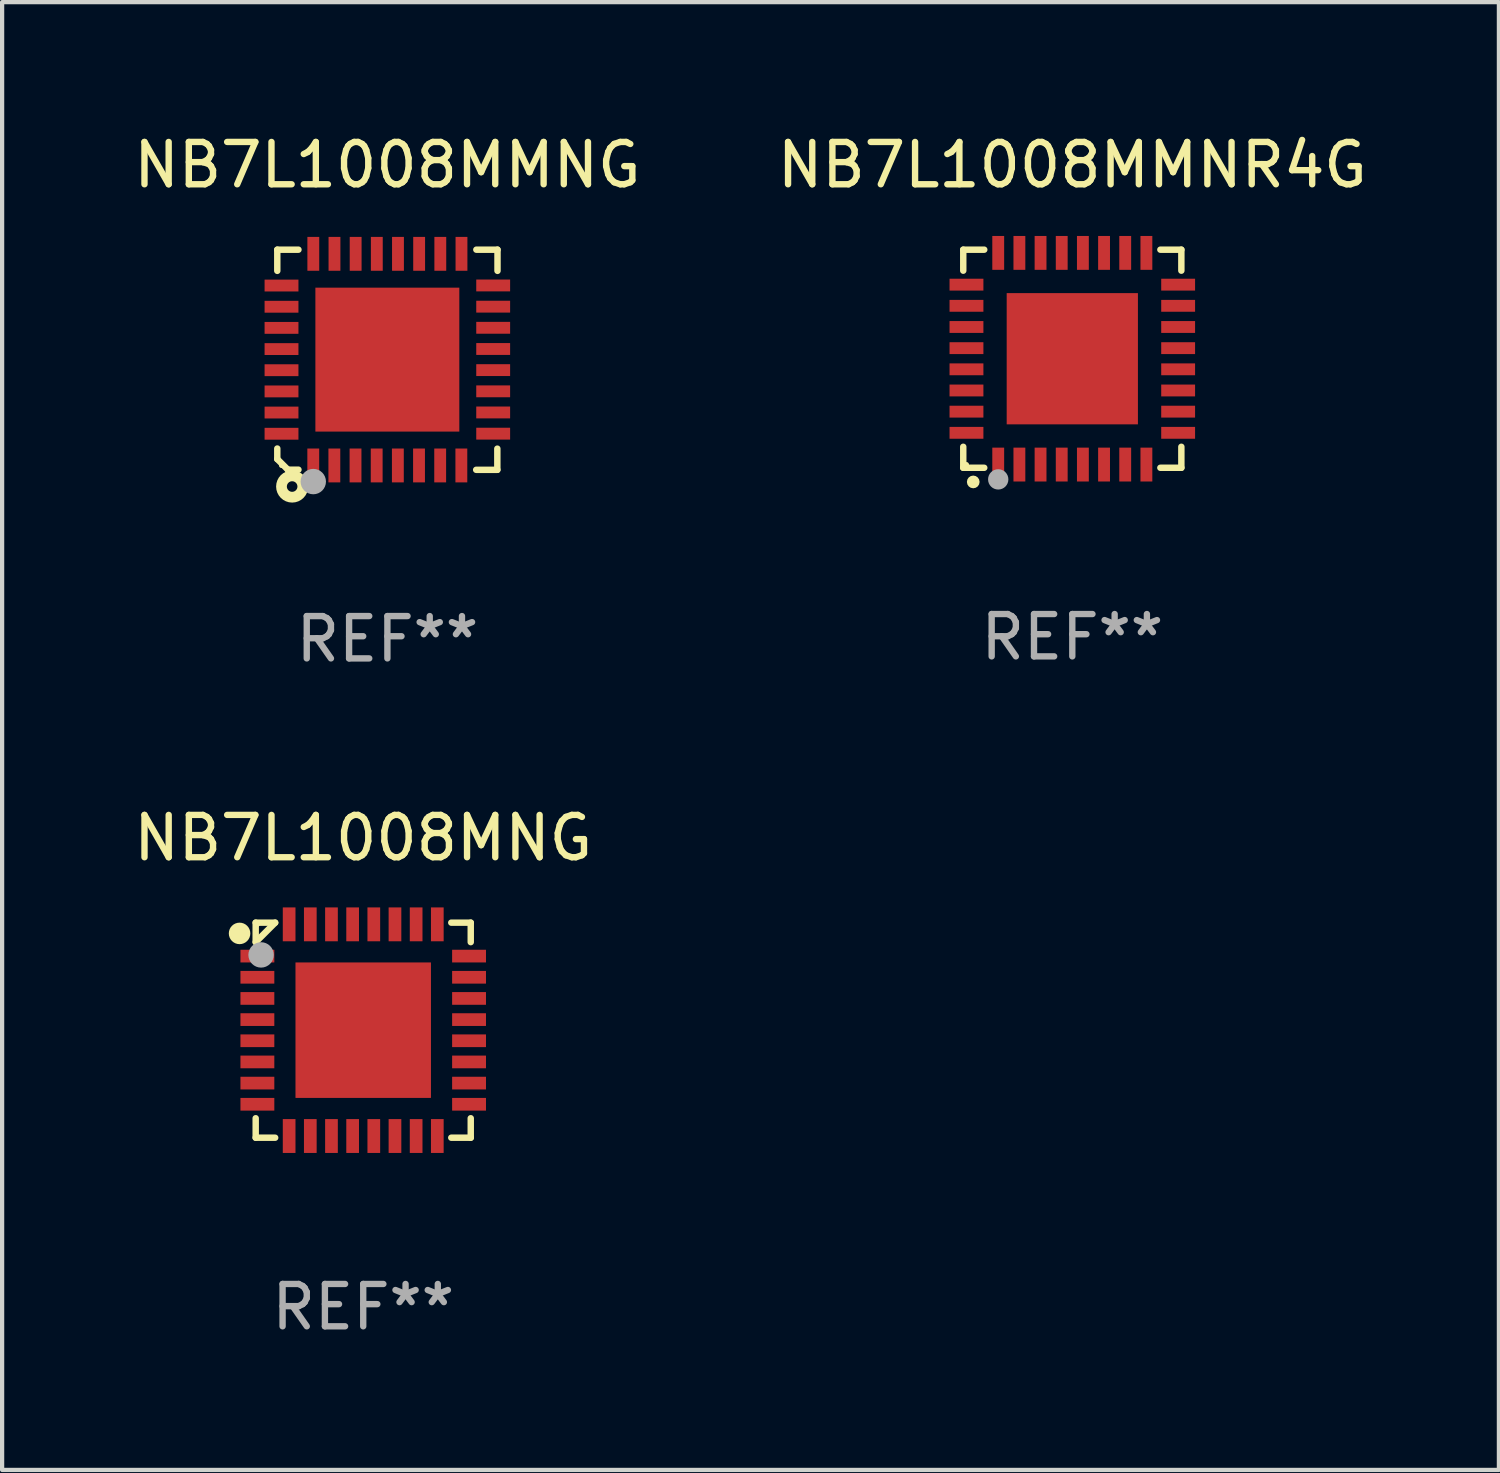
<source format=kicad_pcb>
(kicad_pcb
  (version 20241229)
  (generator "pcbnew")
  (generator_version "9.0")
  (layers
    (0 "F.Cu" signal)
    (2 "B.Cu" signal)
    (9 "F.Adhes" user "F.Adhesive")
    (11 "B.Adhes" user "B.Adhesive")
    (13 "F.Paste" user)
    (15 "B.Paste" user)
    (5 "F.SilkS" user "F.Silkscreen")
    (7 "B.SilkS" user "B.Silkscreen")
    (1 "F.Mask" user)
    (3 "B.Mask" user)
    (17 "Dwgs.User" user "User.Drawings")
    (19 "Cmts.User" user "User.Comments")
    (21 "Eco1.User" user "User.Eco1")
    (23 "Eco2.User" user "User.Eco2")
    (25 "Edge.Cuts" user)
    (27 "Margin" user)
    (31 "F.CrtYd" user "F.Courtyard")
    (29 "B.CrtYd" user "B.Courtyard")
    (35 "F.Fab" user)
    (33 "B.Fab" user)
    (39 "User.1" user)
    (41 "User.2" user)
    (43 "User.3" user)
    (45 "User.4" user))
  (footprint "NB7L1008MNG"
    (layer "F.Cu")
    (at 5.53 21.285)
    (property "Reference" "NB7L1008MNG" (at 0 -4.54 0) (layer "F.SilkS") (effects (font (size 1 1) (thickness 0.15))))
    (attr through_hole)
    (fp_line (start -2.54 -2.54) (end -2.08 -2.54) (stroke (width 0.152) (type solid)) (layer "F.SilkS"))
    (fp_line (start -2.54 -2.08) (end -2.54 -2.54) (stroke (width 0.152) (type solid)) (layer "F.SilkS"))
    (fp_line (start -2.54 -2.08) (end -2.08 -2.54) (stroke (width 0.152) (type solid)) (layer "F.SilkS"))
    (fp_line (start -2.54 2.54) (end -2.54 2.08) (stroke (width 0.152) (type solid)) (layer "F.SilkS"))
    (fp_line (start -2.08 2.54) (end -2.54 2.54) (stroke (width 0.152) (type solid)) (layer "F.SilkS"))
    (fp_line (start 2.08 -2.54) (end 2.54 -2.54) (stroke (width 0.152) (type solid)) (layer "F.SilkS"))
    (fp_line (start 2.54 -2.54) (end 2.54 -2.08) (stroke (width 0.152) (type solid)) (layer "F.SilkS"))
    (fp_line (start 2.54 2.08) (end 2.54 2.54) (stroke (width 0.152) (type solid)) (layer "F.SilkS"))
    (fp_line (start 2.54 2.54) (end 2.08 2.54) (stroke (width 0.152) (type solid)) (layer "F.SilkS"))
    (fp_circle (center -2.921 -2.286) (end -2.794 -2.286) (stroke (width 0.254) (type solid)) (fill no) (layer "F.SilkS"))
    (fp_circle (center -2.5 -2.5) (end -2.47 -2.5) (stroke (width 0.06) (type solid)) (fill no) (layer "F.SilkS"))
    (fp_circle (center -2.413 -1.778) (end -2.263 -1.778) (stroke (width 0.3) (type solid)) (fill no) (layer "F.Fab"))
    (fp_text user "REF**" (at 0 6.54 0) (layer "F.Fab") (effects (font (size 1 1) (thickness 0.15))))
    (pad "1" smd rect (at -2.5 -1.75 90) (size 0.3 0.8) (layers "F.Cu" "F.Mask" "F.Paste"))
    (pad "2" smd rect (at -2.5 -1.25 90) (size 0.3 0.8) (layers "F.Cu" "F.Mask" "F.Paste"))
    (pad "3" smd rect (at -2.5 -0.75 90) (size 0.3 0.8) (layers "F.Cu" "F.Mask" "F.Paste"))
    (pad "4" smd rect (at -2.5 -0.25 90) (size 0.3 0.8) (layers "F.Cu" "F.Mask" "F.Paste"))
    (pad "5" smd rect (at -2.5 0.25 90) (size 0.3 0.8) (layers "F.Cu" "F.Mask" "F.Paste"))
    (pad "6" smd rect (at -2.5 0.75 90) (size 0.3 0.8) (layers "F.Cu" "F.Mask" "F.Paste"))
    (pad "7" smd rect (at -2.5 1.25 90) (size 0.3 0.8) (layers "F.Cu" "F.Mask" "F.Paste"))
    (pad "8" smd rect (at -2.5 1.75 90) (size 0.3 0.8) (layers "F.Cu" "F.Mask" "F.Paste"))
    (pad "9" smd rect (at -1.75 2.5 180) (size 0.3 0.8) (layers "F.Cu" "F.Mask" "F.Paste"))
    (pad "10" smd rect (at -1.25 2.5 180) (size 0.3 0.8) (layers "F.Cu" "F.Mask" "F.Paste"))
    (pad "11" smd rect (at -0.75 2.5 180) (size 0.3 0.8) (layers "F.Cu" "F.Mask" "F.Paste"))
    (pad "12" smd rect (at -0.25 2.5 180) (size 0.3 0.8) (layers "F.Cu" "F.Mask" "F.Paste"))
    (pad "13" smd rect (at 0.25 2.5 180) (size 0.3 0.8) (layers "F.Cu" "F.Mask" "F.Paste"))
    (pad "14" smd rect (at 0.75 2.5 180) (size 0.3 0.8) (layers "F.Cu" "F.Mask" "F.Paste"))
    (pad "15" smd rect (at 1.25 2.5 180) (size 0.3 0.8) (layers "F.Cu" "F.Mask" "F.Paste"))
    (pad "16" smd rect (at 1.75 2.5 180) (size 0.3 0.8) (layers "F.Cu" "F.Mask" "F.Paste"))
    (pad "17" smd rect (at 2.5 1.75 270) (size 0.3 0.8) (layers "F.Cu" "F.Mask" "F.Paste"))
    (pad "18" smd rect (at 2.5 1.25 270) (size 0.3 0.8) (layers "F.Cu" "F.Mask" "F.Paste"))
    (pad "19" smd rect (at 2.5 0.75 270) (size 0.3 0.8) (layers "F.Cu" "F.Mask" "F.Paste"))
    (pad "20" smd rect (at 2.5 0.25 270) (size 0.3 0.8) (layers "F.Cu" "F.Mask" "F.Paste"))
    (pad "21" smd rect (at 2.5 -0.25 270) (size 0.3 0.8) (layers "F.Cu" "F.Mask" "F.Paste"))
    (pad "22" smd rect (at 2.5 -0.75 270) (size 0.3 0.8) (layers "F.Cu" "F.Mask" "F.Paste"))
    (pad "23" smd rect (at 2.5 -1.25 270) (size 0.3 0.8) (layers "F.Cu" "F.Mask" "F.Paste"))
    (pad "24" smd rect (at 2.5 -1.75 270) (size 0.3 0.8) (layers "F.Cu" "F.Mask" "F.Paste"))
    (pad "25" smd rect (at 1.75 -2.5) (size 0.3 0.8) (layers "F.Cu" "F.Mask" "F.Paste"))
    (pad "26" smd rect (at 1.25 -2.5) (size 0.3 0.8) (layers "F.Cu" "F.Mask" "F.Paste"))
    (pad "27" smd rect (at 0.75 -2.5) (size 0.3 0.8) (layers "F.Cu" "F.Mask" "F.Paste"))
    (pad "28" smd rect (at 0.25 -2.5) (size 0.3 0.8) (layers "F.Cu" "F.Mask" "F.Paste"))
    (pad "29" smd rect (at -0.25 -2.5) (size 0.3 0.8) (layers "F.Cu" "F.Mask" "F.Paste"))
    (pad "30" smd rect (at -0.75 -2.5) (size 0.3 0.8) (layers "F.Cu" "F.Mask" "F.Paste"))
    (pad "31" smd rect (at -1.25 -2.5) (size 0.3 0.8) (layers "F.Cu" "F.Mask" "F.Paste"))
    (pad "32" smd rect (at -1.75 -2.5) (size 0.3 0.8) (layers "F.Cu" "F.Mask" "F.Paste"))
    (pad "33" smd rect (at 0 0 90) (size 3.2 3.2) (layers "F.Cu" "F.Mask" "F.Paste")))
  (footprint "NB7L1008MMNG"
    (layer "F.Cu")
    (at 6.101 5.448)
    (property "Reference" "NB7L1008MMNG" (at 0 -4.6 0) (layer "F.SilkS") (effects (font (size 1 1) (thickness 0.15))))
    (attr through_hole)
    (fp_line (start -2.601 2.097) (end -2.601 2.347) (stroke (width 0.152) (type solid)) (layer "F.SilkS"))
    (fp_line (start -2.601 2.347) (end -2.351 2.597) (stroke (width 0.152) (type solid)) (layer "F.SilkS"))
    (fp_line (start -2.601 -2.6) (end -2.601 -2.1) (stroke (width 0.152) (type solid)) (layer "F.SilkS"))
    (fp_line (start -2.601 -2.6) (end -2.101 -2.6) (stroke (width 0.152) (type solid)) (layer "F.SilkS"))
    (fp_line (start -2.351 2.597) (end -2.101 2.597) (stroke (width 0.152) (type solid)) (layer "F.SilkS"))
    (fp_line (start 2.597 2.6) (end 2.097 2.6) (stroke (width 0.152) (type solid)) (layer "F.SilkS"))
    (fp_line (start 2.597 2.6) (end 2.597 2.1) (stroke (width 0.152) (type solid)) (layer "F.SilkS"))
    (fp_line (start 2.601 -2.6) (end 2.101 -2.6) (stroke (width 0.152) (type solid)) (layer "F.SilkS"))
    (fp_line (start 2.601 -2.6) (end 2.601 -2.1) (stroke (width 0.152) (type solid)) (layer "F.SilkS"))
    (fp_circle (center -2.501 2.497) (end -2.471 2.497) (stroke (width 0.06) (type solid)) (fill no) (layer "F.SilkS"))
    (fp_circle (center -2.25 2.995) (end -2.125 2.995) (stroke (width 0.254) (type solid)) (fill no) (layer "F.SilkS"))
    (fp_circle (center -1.751 2.878) (end -1.601 2.878) (stroke (width 0.3) (type solid)) (fill no) (layer "F.Fab"))
    (fp_text user "REF**" (at 0 6.6 0) (layer "F.Fab") (effects (font (size 1 1) (thickness 0.15))))
    (pad "1" smd rect (at -1.751 2.497) (size 0.28 0.8) (layers "F.Cu" "F.Mask" "F.Paste"))
    (pad "2" smd rect (at -1.253 2.497) (size 0.28 0.8) (layers "F.Cu" "F.Mask" "F.Paste"))
    (pad "3" smd rect (at -0.753 2.497) (size 0.28 0.8) (layers "F.Cu" "F.Mask" "F.Paste"))
    (pad "4" smd rect (at -0.253 2.497) (size 0.28 0.8) (layers "F.Cu" "F.Mask" "F.Paste"))
    (pad "5" smd rect (at 0.247 2.497) (size 0.28 0.8) (layers "F.Cu" "F.Mask" "F.Paste"))
    (pad "6" smd rect (at 0.747 2.497) (size 0.28 0.8) (layers "F.Cu" "F.Mask" "F.Paste"))
    (pad "7" smd rect (at 1.247 2.497) (size 0.28 0.8) (layers "F.Cu" "F.Mask" "F.Paste"))
    (pad "8" smd rect (at 1.747 2.497) (size 0.28 0.8) (layers "F.Cu" "F.Mask" "F.Paste"))
    (pad "9" smd rect (at 2.499 1.746) (size 0.8 0.28) (layers "F.Cu" "F.Mask" "F.Paste"))
    (pad "10" smd rect (at 2.499 1.245) (size 0.8 0.28) (layers "F.Cu" "F.Mask" "F.Paste"))
    (pad "11" smd rect (at 2.499 0.746) (size 0.8 0.28) (layers "F.Cu" "F.Mask" "F.Paste"))
    (pad "12" smd rect (at 2.499 0.245) (size 0.8 0.28) (layers "F.Cu" "F.Mask" "F.Paste"))
    (pad "13" smd rect (at 2.499 -0.254) (size 0.8 0.28) (layers "F.Cu" "F.Mask" "F.Paste"))
    (pad "14" smd rect (at 2.499 -0.755) (size 0.8 0.28) (layers "F.Cu" "F.Mask" "F.Paste"))
    (pad "15" smd rect (at 2.499 -1.254) (size 0.8 0.28) (layers "F.Cu" "F.Mask" "F.Paste"))
    (pad "16" smd rect (at 2.499 -1.755) (size 0.8 0.28) (layers "F.Cu" "F.Mask" "F.Paste"))
    (pad "17" smd rect (at 1.75 -2.502) (size 0.28 0.8) (layers "F.Cu" "F.Mask" "F.Paste"))
    (pad "18" smd rect (at 1.25 -2.502) (size 0.28 0.8) (layers "F.Cu" "F.Mask" "F.Paste"))
    (pad "19" smd rect (at 0.75 -2.502) (size 0.28 0.8) (layers "F.Cu" "F.Mask" "F.Paste"))
    (pad "20" smd rect (at 0.25 -2.502) (size 0.28 0.8) (layers "F.Cu" "F.Mask" "F.Paste"))
    (pad "21" smd rect (at -0.25 -2.502) (size 0.28 0.8) (layers "F.Cu" "F.Mask" "F.Paste"))
    (pad "22" smd rect (at -0.75 -2.502) (size 0.28 0.8) (layers "F.Cu" "F.Mask" "F.Paste"))
    (pad "23" smd rect (at -1.25 -2.502) (size 0.28 0.8) (layers "F.Cu" "F.Mask" "F.Paste"))
    (pad "24" smd rect (at -1.75 -2.502) (size 0.28 0.8) (layers "F.Cu" "F.Mask" "F.Paste"))
    (pad "25" smd rect (at -2.501 -1.753) (size 0.8 0.28) (layers "F.Cu" "F.Mask" "F.Paste"))
    (pad "26" smd rect (at -2.501 -1.252) (size 0.8 0.28) (layers "F.Cu" "F.Mask" "F.Paste"))
    (pad "27" smd rect (at -2.501 -0.753) (size 0.8 0.28) (layers "F.Cu" "F.Mask" "F.Paste"))
    (pad "28" smd rect (at -2.501 -0.252) (size 0.8 0.28) (layers "F.Cu" "F.Mask" "F.Paste"))
    (pad "29" smd rect (at -2.501 0.247) (size 0.8 0.28) (layers "F.Cu" "F.Mask" "F.Paste"))
    (pad "30" smd rect (at -2.501 0.748) (size 0.8 0.28) (layers "F.Cu" "F.Mask" "F.Paste"))
    (pad "31" smd rect (at -2.501 1.247) (size 0.8 0.28) (layers "F.Cu" "F.Mask" "F.Paste"))
    (pad "32" smd rect (at -2.501 1.748) (size 0.8 0.28) (layers "F.Cu" "F.Mask" "F.Paste"))
    (pad "33" smd rect (at -0.001 -0.003 180) (size 3.4 3.4) (layers "F.Cu" "F.Mask" "F.Paste")))
  (footprint "NB7L1008MMNR4G"
    (layer "F.Cu")
    (at 22.28 5.424)
    (property "Reference" "NB7L1008MMNR4G" (at 0 -4.576 0) (layer "F.SilkS") (effects (font (size 1 1) (thickness 0.15))))
    (attr through_hole)
    (fp_line (start -2.576 -2.576) (end -2.08 -2.576) (stroke (width 0.152) (type solid)) (layer "F.SilkS"))
    (fp_line (start -2.576 -2.08) (end -2.576 -2.576) (stroke (width 0.152) (type solid)) (layer "F.SilkS"))
    (fp_line (start -2.576 2.08) (end -2.576 2.576) (stroke (width 0.152) (type solid)) (layer "F.SilkS"))
    (fp_line (start -2.576 2.576) (end -2.08 2.576) (stroke (width 0.152) (type solid)) (layer "F.SilkS"))
    (fp_line (start 2.576 -2.576) (end 2.08 -2.576) (stroke (width 0.152) (type solid)) (layer "F.SilkS"))
    (fp_line (start 2.576 -2.08) (end 2.576 -2.576) (stroke (width 0.152) (type solid)) (layer "F.SilkS"))
    (fp_line (start 2.576 2.08) (end 2.576 2.576) (stroke (width 0.152) (type solid)) (layer "F.SilkS"))
    (fp_line (start 2.576 2.576) (end 2.08 2.576) (stroke (width 0.152) (type solid)) (layer "F.SilkS"))
    (fp_circle (center -2.5 2.5) (end -2.47 2.5) (stroke (width 0.06) (type solid)) (fill no) (layer "F.SilkS"))
    (fp_circle (center -2.34 2.91) (end -2.265 2.91) (stroke (width 0.15) (type solid)) (fill no) (layer "F.SilkS"))
    (fp_circle (center -1.75 2.85) (end -1.63 2.85) (stroke (width 0.24) (type solid)) (fill no) (layer "F.Fab"))
    (fp_text user "REF**" (at 0 6.576 0) (layer "F.Fab") (effects (font (size 1 1) (thickness 0.15))))
    (pad "1" smd rect (at -1.75 2.5) (size 0.28 0.8) (layers "F.Cu" "F.Mask" "F.Paste"))
    (pad "2" smd rect (at -1.25 2.5) (size 0.28 0.8) (layers "F.Cu" "F.Mask" "F.Paste"))
    (pad "3" smd rect (at -0.75 2.5) (size 0.28 0.8) (layers "F.Cu" "F.Mask" "F.Paste"))
    (pad "4" smd rect (at -0.25 2.5) (size 0.28 0.8) (layers "F.Cu" "F.Mask" "F.Paste"))
    (pad "5" smd rect (at 0.25 2.5) (size 0.28 0.8) (layers "F.Cu" "F.Mask" "F.Paste"))
    (pad "6" smd rect (at 0.75 2.5) (size 0.28 0.8) (layers "F.Cu" "F.Mask" "F.Paste"))
    (pad "7" smd rect (at 1.25 2.5) (size 0.28 0.8) (layers "F.Cu" "F.Mask" "F.Paste"))
    (pad "8" smd rect (at 1.75 2.5) (size 0.28 0.8) (layers "F.Cu" "F.Mask" "F.Paste"))
    (pad "9" smd rect (at 2.5 1.75) (size 0.8 0.28) (layers "F.Cu" "F.Mask" "F.Paste"))
    (pad "10" smd rect (at 2.5 1.25) (size 0.8 0.28) (layers "F.Cu" "F.Mask" "F.Paste"))
    (pad "11" smd rect (at 2.5 0.75) (size 0.8 0.28) (layers "F.Cu" "F.Mask" "F.Paste"))
    (pad "12" smd rect (at 2.5 0.25) (size 0.8 0.28) (layers "F.Cu" "F.Mask" "F.Paste"))
    (pad "13" smd rect (at 2.5 -0.25) (size 0.8 0.28) (layers "F.Cu" "F.Mask" "F.Paste"))
    (pad "14" smd rect (at 2.5 -0.75) (size 0.8 0.28) (layers "F.Cu" "F.Mask" "F.Paste"))
    (pad "15" smd rect (at 2.5 -1.25) (size 0.8 0.28) (layers "F.Cu" "F.Mask" "F.Paste"))
    (pad "16" smd rect (at 2.5 -1.75) (size 0.8 0.28) (layers "F.Cu" "F.Mask" "F.Paste"))
    (pad "17" smd rect (at 1.75 -2.5) (size 0.28 0.8) (layers "F.Cu" "F.Mask" "F.Paste"))
    (pad "18" smd rect (at 1.25 -2.5) (size 0.28 0.8) (layers "F.Cu" "F.Mask" "F.Paste"))
    (pad "19" smd rect (at 0.75 -2.5) (size 0.28 0.8) (layers "F.Cu" "F.Mask" "F.Paste"))
    (pad "20" smd rect (at 0.25 -2.5) (size 0.28 0.8) (layers "F.Cu" "F.Mask" "F.Paste"))
    (pad "21" smd rect (at -0.25 -2.5) (size 0.28 0.8) (layers "F.Cu" "F.Mask" "F.Paste"))
    (pad "22" smd rect (at -0.75 -2.5) (size 0.28 0.8) (layers "F.Cu" "F.Mask" "F.Paste"))
    (pad "23" smd rect (at -1.25 -2.5) (size 0.28 0.8) (layers "F.Cu" "F.Mask" "F.Paste"))
    (pad "24" smd rect (at -1.75 -2.5) (size 0.28 0.8) (layers "F.Cu" "F.Mask" "F.Paste"))
    (pad "25" smd rect (at -2.5 -1.75) (size 0.8 0.28) (layers "F.Cu" "F.Mask" "F.Paste"))
    (pad "26" smd rect (at -2.5 -1.25) (size 0.8 0.28) (layers "F.Cu" "F.Mask" "F.Paste"))
    (pad "27" smd rect (at -2.5 -0.75) (size 0.8 0.28) (layers "F.Cu" "F.Mask" "F.Paste"))
    (pad "28" smd rect (at -2.5 -0.25) (size 0.8 0.28) (layers "F.Cu" "F.Mask" "F.Paste"))
    (pad "29" smd rect (at -2.5 0.25) (size 0.8 0.28) (layers "F.Cu" "F.Mask" "F.Paste"))
    (pad "30" smd rect (at -2.5 0.75) (size 0.8 0.28) (layers "F.Cu" "F.Mask" "F.Paste"))
    (pad "31" smd rect (at -2.5 1.25) (size 0.8 0.28) (layers "F.Cu" "F.Mask" "F.Paste"))
    (pad "32" smd rect (at -2.5 1.75) (size 0.8 0.28) (layers "F.Cu" "F.Mask" "F.Paste"))
    (pad "33" smd rect (at 0 0) (size 3.1 3.1) (layers "F.Cu" "F.Mask" "F.Paste")))
  (gr_rect
    (start -3 -3)
    (end 32.357 31.673)
    (stroke (width 0.1) (type default))
    (fill no)
    (layer "Edge.Cuts")))
</source>
